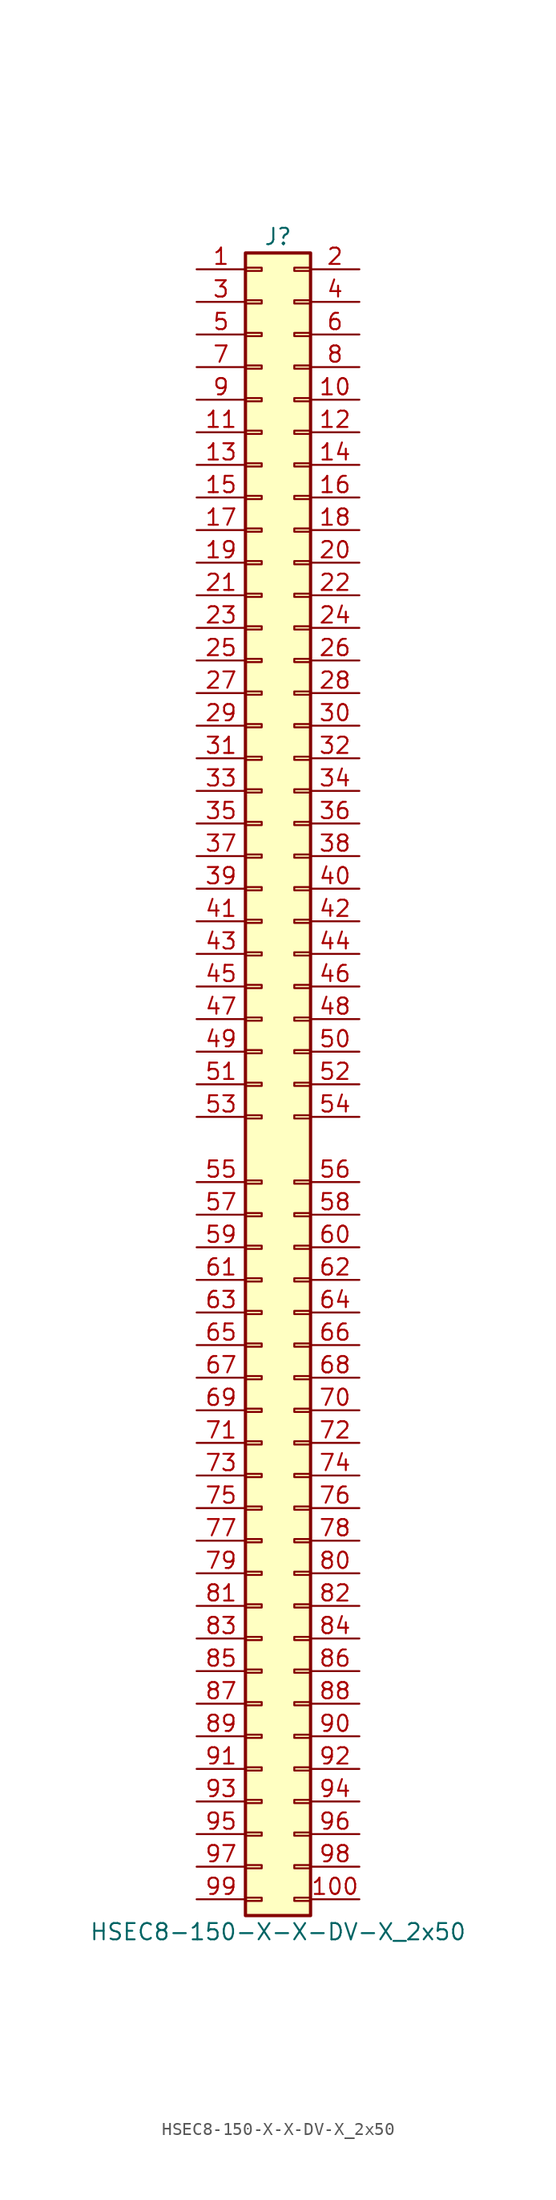
<source format=kicad_sym>
(kicad_symbol_lib
  (version 20231120)
  (generator "kicad_symbol_editor")
  (generator_version "8.0")
  (symbol "HSEC8-150-X-X-DV-X_2x50"
    (pin_names
      (offset 1.016) hide)
    (property "Reference" "J"
      (at 1.27 66.04 0)
      (effects (font (size 1.27 1.27))))
    (property "Value" "HSEC8-150-X-X-DV-X_2x50"
      (at 1.27 -66.04 0)
      (effects (font (size 1.27 1.27))))
    (property "ki_locked" ""
      (at 0 0 0)
      (effects (font (size 1.27 1.27))))
    (symbol "HSEC8-150-X-X-DV-X_2x50_1_1"
      (rectangle (start -1.27 -63.373) (end 0 -63.627) (stroke (width 0.152) (type default)) (fill (type none)))
      (rectangle (start -1.27 -60.833) (end 0 -61.087) (stroke (width 0.152) (type default)) (fill (type none)))
      (rectangle (start -1.27 -58.293) (end 0 -58.547) (stroke (width 0.152) (type default)) (fill (type none)))
      (rectangle (start -1.27 -55.753) (end 0 -56.007) (stroke (width 0.152) (type default)) (fill (type none)))
      (rectangle (start -1.27 -53.213) (end 0 -53.467) (stroke (width 0.152) (type default)) (fill (type none)))
      (rectangle (start -1.27 -50.673) (end 0 -50.927) (stroke (width 0.152) (type default)) (fill (type none)))
      (rectangle (start -1.27 -48.133) (end 0 -48.387) (stroke (width 0.152) (type default)) (fill (type none)))
      (rectangle (start -1.27 -45.593) (end 0 -45.847) (stroke (width 0.152) (type default)) (fill (type none)))
      (rectangle (start -1.27 -43.053) (end 0 -43.307) (stroke (width 0.152) (type default)) (fill (type none)))
      (rectangle (start -1.27 -40.513) (end 0 -40.767) (stroke (width 0.152) (type default)) (fill (type none)))
      (rectangle (start -1.27 -37.973) (end 0 -38.227) (stroke (width 0.152) (type default)) (fill (type none)))
      (rectangle (start -1.27 -35.433) (end 0 -35.687) (stroke (width 0.152) (type default)) (fill (type none)))
      (rectangle (start -1.27 -32.893) (end 0 -33.147) (stroke (width 0.152) (type default)) (fill (type none)))
      (rectangle (start -1.27 -30.353) (end 0 -30.607) (stroke (width 0.152) (type default)) (fill (type none)))
      (rectangle (start -1.27 -27.813) (end 0 -28.067) (stroke (width 0.152) (type default)) (fill (type none)))
      (rectangle (start -1.27 -25.273) (end 0 -25.527) (stroke (width 0.152) (type default)) (fill (type none)))
      (rectangle (start -1.27 -22.733) (end 0 -22.987) (stroke (width 0.152) (type default)) (fill (type none)))
      (rectangle (start -1.27 -20.193) (end 0 -20.447) (stroke (width 0.152) (type default)) (fill (type none)))
      (rectangle (start -1.27 -17.653) (end 0 -17.907) (stroke (width 0.152) (type default)) (fill (type none)))
      (rectangle (start -1.27 -15.113) (end 0 -15.367) (stroke (width 0.152) (type default)) (fill (type none)))
      (rectangle (start -1.27 -12.573) (end 0 -12.827) (stroke (width 0.152) (type default)) (fill (type none)))
      (rectangle (start -1.27 -10.033) (end 0 -10.287) (stroke (width 0.152) (type default)) (fill (type none)))
      (rectangle (start -1.27 -7.493) (end 0 -7.747) (stroke (width 0.152) (type default)) (fill (type none)))
      (rectangle (start -1.27 -2.413) (end 0 -2.667) (stroke (width 0.152) (type default)) (fill (type none)))
      (rectangle (start -1.27 0.127) (end 0 -0.127) (stroke (width 0.152) (type default)) (fill (type none)))
      (rectangle (start -1.27 2.667) (end 0 2.413) (stroke (width 0.152) (type default)) (fill (type none)))
      (rectangle (start -1.27 5.207) (end 0 4.953) (stroke (width 0.152) (type default)) (fill (type none)))
      (rectangle (start -1.27 7.747) (end 0 7.493) (stroke (width 0.152) (type default)) (fill (type none)))
      (rectangle (start -1.27 10.287) (end 0 10.033) (stroke (width 0.152) (type default)) (fill (type none)))
      (rectangle (start -1.27 12.827) (end 0 12.573) (stroke (width 0.152) (type default)) (fill (type none)))
      (rectangle (start -1.27 15.367) (end 0 15.113) (stroke (width 0.152) (type default)) (fill (type none)))
      (rectangle (start -1.27 17.907) (end 0 17.653) (stroke (width 0.152) (type default)) (fill (type none)))
      (rectangle (start -1.27 20.447) (end 0 20.193) (stroke (width 0.152) (type default)) (fill (type none)))
      (rectangle (start -1.27 22.987) (end 0 22.733) (stroke (width 0.152) (type default)) (fill (type none)))
      (rectangle (start -1.27 25.527) (end 0 25.273) (stroke (width 0.152) (type default)) (fill (type none)))
      (rectangle (start -1.27 28.067) (end 0 27.813) (stroke (width 0.152) (type default)) (fill (type none)))
      (rectangle (start -1.27 30.607) (end 0 30.353) (stroke (width 0.152) (type default)) (fill (type none)))
      (rectangle (start -1.27 33.147) (end 0 32.893) (stroke (width 0.152) (type default)) (fill (type none)))
      (rectangle (start -1.27 35.687) (end 0 35.433) (stroke (width 0.152) (type default)) (fill (type none)))
      (rectangle (start -1.27 38.227) (end 0 37.973) (stroke (width 0.152) (type default)) (fill (type none)))
      (rectangle (start -1.27 40.767) (end 0 40.513) (stroke (width 0.152) (type default)) (fill (type none)))
      (rectangle (start -1.27 43.307) (end 0 43.053) (stroke (width 0.152) (type default)) (fill (type none)))
      (rectangle (start -1.27 45.847) (end 0 45.593) (stroke (width 0.152) (type default)) (fill (type none)))
      (rectangle (start -1.27 48.387) (end 0 48.133) (stroke (width 0.152) (type default)) (fill (type none)))
      (rectangle (start -1.27 50.927) (end 0 50.673) (stroke (width 0.152) (type default)) (fill (type none)))
      (rectangle (start -1.27 53.467) (end 0 53.213) (stroke (width 0.152) (type default)) (fill (type none)))
      (rectangle (start -1.27 56.007) (end 0 55.753) (stroke (width 0.152) (type default)) (fill (type none)))
      (rectangle (start -1.27 58.547) (end 0 58.293) (stroke (width 0.152) (type default)) (fill (type none)))
      (rectangle (start -1.27 61.087) (end 0 60.833) (stroke (width 0.152) (type default)) (fill (type none)))
      (rectangle (start -1.27 63.627) (end 0 63.373) (stroke (width 0.152) (type default)) (fill (type none)))
      (rectangle (start -1.27 64.77) (end 3.81 -64.77) (stroke (width 0.254) (type default)) (fill (type background)))
      (rectangle (start 3.81 -63.373) (end 2.54 -63.627) (stroke (width 0.152) (type default)) (fill (type none)))
      (rectangle (start 3.81 -60.833) (end 2.54 -61.087) (stroke (width 0.152) (type default)) (fill (type none)))
      (rectangle (start 3.81 -58.293) (end 2.54 -58.547) (stroke (width 0.152) (type default)) (fill (type none)))
      (rectangle (start 3.81 -55.753) (end 2.54 -56.007) (stroke (width 0.152) (type default)) (fill (type none)))
      (rectangle (start 3.81 -53.213) (end 2.54 -53.467) (stroke (width 0.152) (type default)) (fill (type none)))
      (rectangle (start 3.81 -50.673) (end 2.54 -50.927) (stroke (width 0.152) (type default)) (fill (type none)))
      (rectangle (start 3.81 -48.133) (end 2.54 -48.387) (stroke (width 0.152) (type default)) (fill (type none)))
      (rectangle (start 3.81 -45.593) (end 2.54 -45.847) (stroke (width 0.152) (type default)) (fill (type none)))
      (rectangle (start 3.81 -43.053) (end 2.54 -43.307) (stroke (width 0.152) (type default)) (fill (type none)))
      (rectangle (start 3.81 -40.513) (end 2.54 -40.767) (stroke (width 0.152) (type default)) (fill (type none)))
      (rectangle (start 3.81 -37.973) (end 2.54 -38.227) (stroke (width 0.152) (type default)) (fill (type none)))
      (rectangle (start 3.81 -35.433) (end 2.54 -35.687) (stroke (width 0.152) (type default)) (fill (type none)))
      (rectangle (start 3.81 -32.893) (end 2.54 -33.147) (stroke (width 0.152) (type default)) (fill (type none)))
      (rectangle (start 3.81 -30.353) (end 2.54 -30.607) (stroke (width 0.152) (type default)) (fill (type none)))
      (rectangle (start 3.81 -27.813) (end 2.54 -28.067) (stroke (width 0.152) (type default)) (fill (type none)))
      (rectangle (start 3.81 -25.273) (end 2.54 -25.527) (stroke (width 0.152) (type default)) (fill (type none)))
      (rectangle (start 3.81 -22.733) (end 2.54 -22.987) (stroke (width 0.152) (type default)) (fill (type none)))
      (rectangle (start 3.81 -20.193) (end 2.54 -20.447) (stroke (width 0.152) (type default)) (fill (type none)))
      (rectangle (start 3.81 -17.653) (end 2.54 -17.907) (stroke (width 0.152) (type default)) (fill (type none)))
      (rectangle (start 3.81 -15.113) (end 2.54 -15.367) (stroke (width 0.152) (type default)) (fill (type none)))
      (rectangle (start 3.81 -12.573) (end 2.54 -12.827) (stroke (width 0.152) (type default)) (fill (type none)))
      (rectangle (start 3.81 -10.033) (end 2.54 -10.287) (stroke (width 0.152) (type default)) (fill (type none)))
      (rectangle (start 3.81 -7.493) (end 2.54 -7.747) (stroke (width 0.152) (type default)) (fill (type none)))
      (rectangle (start 3.81 -2.413) (end 2.54 -2.667) (stroke (width 0.152) (type default)) (fill (type none)))
      (rectangle (start 3.81 0.127) (end 2.54 -0.127) (stroke (width 0.152) (type default)) (fill (type none)))
      (rectangle (start 3.81 2.667) (end 2.54 2.413) (stroke (width 0.152) (type default)) (fill (type none)))
      (rectangle (start 3.81 5.207) (end 2.54 4.953) (stroke (width 0.152) (type default)) (fill (type none)))
      (rectangle (start 3.81 7.747) (end 2.54 7.493) (stroke (width 0.152) (type default)) (fill (type none)))
      (rectangle (start 3.81 10.287) (end 2.54 10.033) (stroke (width 0.152) (type default)) (fill (type none)))
      (rectangle (start 3.81 12.827) (end 2.54 12.573) (stroke (width 0.152) (type default)) (fill (type none)))
      (rectangle (start 3.81 15.367) (end 2.54 15.113) (stroke (width 0.152) (type default)) (fill (type none)))
      (rectangle (start 3.81 17.907) (end 2.54 17.653) (stroke (width 0.152) (type default)) (fill (type none)))
      (rectangle (start 3.81 20.447) (end 2.54 20.193) (stroke (width 0.152) (type default)) (fill (type none)))
      (rectangle (start 3.81 22.987) (end 2.54 22.733) (stroke (width 0.152) (type default)) (fill (type none)))
      (rectangle (start 3.81 25.527) (end 2.54 25.273) (stroke (width 0.152) (type default)) (fill (type none)))
      (rectangle (start 3.81 28.067) (end 2.54 27.813) (stroke (width 0.152) (type default)) (fill (type none)))
      (rectangle (start 3.81 30.607) (end 2.54 30.353) (stroke (width 0.152) (type default)) (fill (type none)))
      (rectangle (start 3.81 33.147) (end 2.54 32.893) (stroke (width 0.152) (type default)) (fill (type none)))
      (rectangle (start 3.81 35.687) (end 2.54 35.433) (stroke (width 0.152) (type default)) (fill (type none)))
      (rectangle (start 3.81 38.227) (end 2.54 37.973) (stroke (width 0.152) (type default)) (fill (type none)))
      (rectangle (start 3.81 40.767) (end 2.54 40.513) (stroke (width 0.152) (type default)) (fill (type none)))
      (rectangle (start 3.81 43.307) (end 2.54 43.053) (stroke (width 0.152) (type default)) (fill (type none)))
      (rectangle (start 3.81 45.847) (end 2.54 45.593) (stroke (width 0.152) (type default)) (fill (type none)))
      (rectangle (start 3.81 48.387) (end 2.54 48.133) (stroke (width 0.152) (type default)) (fill (type none)))
      (rectangle (start 3.81 50.927) (end 2.54 50.673) (stroke (width 0.152) (type default)) (fill (type none)))
      (rectangle (start 3.81 53.467) (end 2.54 53.213) (stroke (width 0.152) (type default)) (fill (type none)))
      (rectangle (start 3.81 56.007) (end 2.54 55.753) (stroke (width 0.152) (type default)) (fill (type none)))
      (rectangle (start 3.81 58.547) (end 2.54 58.293) (stroke (width 0.152) (type default)) (fill (type none)))
      (rectangle (start 3.81 61.087) (end 2.54 60.833) (stroke (width 0.152) (type default)) (fill (type none)))
      (rectangle (start 3.81 63.627) (end 2.54 63.373) (stroke (width 0.152) (type default)) (fill (type none)))
      (pin passive line (at -5.08 63.5 0) (length 3.81) (name "Pin_1" (effects (font (size 1.27 1.27)))) (number "1" (effects (font (size 1.27 1.27)))))
      (pin passive line (at 7.62 53.34 180) (length 3.81) (name "Pin_10" (effects (font (size 1.27 1.27)))) (number "10" (effects (font (size 1.27 1.27)))))
      (pin passive line (at 7.62 -63.5 180) (length 3.81) (name "Pin_100" (effects (font (size 1.27 1.27)))) (number "100" (effects (font (size 1.27 1.27)))))
      (pin passive line (at -5.08 50.8 0) (length 3.81) (name "Pin_11" (effects (font (size 1.27 1.27)))) (number "11" (effects (font (size 1.27 1.27)))))
      (pin passive line (at 7.62 50.8 180) (length 3.81) (name "Pin_12" (effects (font (size 1.27 1.27)))) (number "12" (effects (font (size 1.27 1.27)))))
      (pin passive line (at -5.08 48.26 0) (length 3.81) (name "Pin_13" (effects (font (size 1.27 1.27)))) (number "13" (effects (font (size 1.27 1.27)))))
      (pin passive line (at 7.62 48.26 180) (length 3.81) (name "Pin_14" (effects (font (size 1.27 1.27)))) (number "14" (effects (font (size 1.27 1.27)))))
      (pin passive line (at -5.08 45.72 0) (length 3.81) (name "Pin_15" (effects (font (size 1.27 1.27)))) (number "15" (effects (font (size 1.27 1.27)))))
      (pin passive line (at 7.62 45.72 180) (length 3.81) (name "Pin_16" (effects (font (size 1.27 1.27)))) (number "16" (effects (font (size 1.27 1.27)))))
      (pin passive line (at -5.08 43.18 0) (length 3.81) (name "Pin_17" (effects (font (size 1.27 1.27)))) (number "17" (effects (font (size 1.27 1.27)))))
      (pin passive line (at 7.62 43.18 180) (length 3.81) (name "Pin_18" (effects (font (size 1.27 1.27)))) (number "18" (effects (font (size 1.27 1.27)))))
      (pin passive line (at -5.08 40.64 0) (length 3.81) (name "Pin_19" (effects (font (size 1.27 1.27)))) (number "19" (effects (font (size 1.27 1.27)))))
      (pin passive line (at 7.62 63.5 180) (length 3.81) (name "Pin_2" (effects (font (size 1.27 1.27)))) (number "2" (effects (font (size 1.27 1.27)))))
      (pin passive line (at 7.62 40.64 180) (length 3.81) (name "Pin_20" (effects (font (size 1.27 1.27)))) (number "20" (effects (font (size 1.27 1.27)))))
      (pin passive line (at -5.08 38.1 0) (length 3.81) (name "Pin_21" (effects (font (size 1.27 1.27)))) (number "21" (effects (font (size 1.27 1.27)))))
      (pin passive line (at 7.62 38.1 180) (length 3.81) (name "Pin_22" (effects (font (size 1.27 1.27)))) (number "22" (effects (font (size 1.27 1.27)))))
      (pin passive line (at -5.08 35.56 0) (length 3.81) (name "Pin_23" (effects (font (size 1.27 1.27)))) (number "23" (effects (font (size 1.27 1.27)))))
      (pin passive line (at 7.62 35.56 180) (length 3.81) (name "Pin_24" (effects (font (size 1.27 1.27)))) (number "24" (effects (font (size 1.27 1.27)))))
      (pin passive line (at -5.08 33.02 0) (length 3.81) (name "Pin_25" (effects (font (size 1.27 1.27)))) (number "25" (effects (font (size 1.27 1.27)))))
      (pin passive line (at 7.62 33.02 180) (length 3.81) (name "Pin_26" (effects (font (size 1.27 1.27)))) (number "26" (effects (font (size 1.27 1.27)))))
      (pin passive line (at -5.08 30.48 0) (length 3.81) (name "Pin_27" (effects (font (size 1.27 1.27)))) (number "27" (effects (font (size 1.27 1.27)))))
      (pin passive line (at 7.62 30.48 180) (length 3.81) (name "Pin_28" (effects (font (size 1.27 1.27)))) (number "28" (effects (font (size 1.27 1.27)))))
      (pin passive line (at -5.08 27.94 0) (length 3.81) (name "Pin_29" (effects (font (size 1.27 1.27)))) (number "29" (effects (font (size 1.27 1.27)))))
      (pin passive line (at -5.08 60.96 0) (length 3.81) (name "Pin_3" (effects (font (size 1.27 1.27)))) (number "3" (effects (font (size 1.27 1.27)))))
      (pin passive line (at 7.62 27.94 180) (length 3.81) (name "Pin_30" (effects (font (size 1.27 1.27)))) (number "30" (effects (font (size 1.27 1.27)))))
      (pin passive line (at -5.08 25.4 0) (length 3.81) (name "Pin_31" (effects (font (size 1.27 1.27)))) (number "31" (effects (font (size 1.27 1.27)))))
      (pin passive line (at 7.62 25.4 180) (length 3.81) (name "Pin_32" (effects (font (size 1.27 1.27)))) (number "32" (effects (font (size 1.27 1.27)))))
      (pin passive line (at -5.08 22.86 0) (length 3.81) (name "Pin_33" (effects (font (size 1.27 1.27)))) (number "33" (effects (font (size 1.27 1.27)))))
      (pin passive line (at 7.62 22.86 180) (length 3.81) (name "Pin_34" (effects (font (size 1.27 1.27)))) (number "34" (effects (font (size 1.27 1.27)))))
      (pin passive line (at -5.08 20.32 0) (length 3.81) (name "Pin_35" (effects (font (size 1.27 1.27)))) (number "35" (effects (font (size 1.27 1.27)))))
      (pin passive line (at 7.62 20.32 180) (length 3.81) (name "Pin_36" (effects (font (size 1.27 1.27)))) (number "36" (effects (font (size 1.27 1.27)))))
      (pin passive line (at -5.08 17.78 0) (length 3.81) (name "Pin_37" (effects (font (size 1.27 1.27)))) (number "37" (effects (font (size 1.27 1.27)))))
      (pin passive line (at 7.62 17.78 180) (length 3.81) (name "Pin_38" (effects (font (size 1.27 1.27)))) (number "38" (effects (font (size 1.27 1.27)))))
      (pin passive line (at -5.08 15.24 0) (length 3.81) (name "Pin_39" (effects (font (size 1.27 1.27)))) (number "39" (effects (font (size 1.27 1.27)))))
      (pin passive line (at 7.62 60.96 180) (length 3.81) (name "Pin_4" (effects (font (size 1.27 1.27)))) (number "4" (effects (font (size 1.27 1.27)))))
      (pin passive line (at 7.62 15.24 180) (length 3.81) (name "Pin_40" (effects (font (size 1.27 1.27)))) (number "40" (effects (font (size 1.27 1.27)))))
      (pin passive line (at -5.08 12.7 0) (length 3.81) (name "Pin_41" (effects (font (size 1.27 1.27)))) (number "41" (effects (font (size 1.27 1.27)))))
      (pin passive line (at 7.62 12.7 180) (length 3.81) (name "Pin_42" (effects (font (size 1.27 1.27)))) (number "42" (effects (font (size 1.27 1.27)))))
      (pin passive line (at -5.08 10.16 0) (length 3.81) (name "Pin_43" (effects (font (size 1.27 1.27)))) (number "43" (effects (font (size 1.27 1.27)))))
      (pin passive line (at 7.62 10.16 180) (length 3.81) (name "Pin_44" (effects (font (size 1.27 1.27)))) (number "44" (effects (font (size 1.27 1.27)))))
      (pin passive line (at -5.08 7.62 0) (length 3.81) (name "Pin_45" (effects (font (size 1.27 1.27)))) (number "45" (effects (font (size 1.27 1.27)))))
      (pin passive line (at 7.62 7.62 180) (length 3.81) (name "Pin_46" (effects (font (size 1.27 1.27)))) (number "46" (effects (font (size 1.27 1.27)))))
      (pin passive line (at -5.08 5.08 0) (length 3.81) (name "Pin_47" (effects (font (size 1.27 1.27)))) (number "47" (effects (font (size 1.27 1.27)))))
      (pin passive line (at 7.62 5.08 180) (length 3.81) (name "Pin_48" (effects (font (size 1.27 1.27)))) (number "48" (effects (font (size 1.27 1.27)))))
      (pin passive line (at -5.08 2.54 0) (length 3.81) (name "Pin_49" (effects (font (size 1.27 1.27)))) (number "49" (effects (font (size 1.27 1.27)))))
      (pin passive line (at -5.08 58.42 0) (length 3.81) (name "Pin_5" (effects (font (size 1.27 1.27)))) (number "5" (effects (font (size 1.27 1.27)))))
      (pin passive line (at 7.62 2.54 180) (length 3.81) (name "Pin_50" (effects (font (size 1.27 1.27)))) (number "50" (effects (font (size 1.27 1.27)))))
      (pin passive line (at -5.08 0 0) (length 3.81) (name "Pin_51" (effects (font (size 1.27 1.27)))) (number "51" (effects (font (size 1.27 1.27)))))
      (pin passive line (at 7.62 0 180) (length 3.81) (name "Pin_52" (effects (font (size 1.27 1.27)))) (number "52" (effects (font (size 1.27 1.27)))))
      (pin passive line (at -5.08 -2.54 0) (length 3.81) (name "Pin_53" (effects (font (size 1.27 1.27)))) (number "53" (effects (font (size 1.27 1.27)))))
      (pin passive line (at 7.62 -2.54 180) (length 3.81) (name "Pin_54" (effects (font (size 1.27 1.27)))) (number "54" (effects (font (size 1.27 1.27)))))
      (pin passive line (at -5.08 -7.62 0) (length 3.81) (name "Pin_55" (effects (font (size 1.27 1.27)))) (number "55" (effects (font (size 1.27 1.27)))))
      (pin passive line (at 7.62 -7.62 180) (length 3.81) (name "Pin_56" (effects (font (size 1.27 1.27)))) (number "56" (effects (font (size 1.27 1.27)))))
      (pin passive line (at -5.08 -10.16 0) (length 3.81) (name "Pin_57" (effects (font (size 1.27 1.27)))) (number "57" (effects (font (size 1.27 1.27)))))
      (pin passive line (at 7.62 -10.16 180) (length 3.81) (name "Pin_58" (effects (font (size 1.27 1.27)))) (number "58" (effects (font (size 1.27 1.27)))))
      (pin passive line (at -5.08 -12.7 0) (length 3.81) (name "Pin_59" (effects (font (size 1.27 1.27)))) (number "59" (effects (font (size 1.27 1.27)))))
      (pin passive line (at 7.62 58.42 180) (length 3.81) (name "Pin_6" (effects (font (size 1.27 1.27)))) (number "6" (effects (font (size 1.27 1.27)))))
      (pin passive line (at 7.62 -12.7 180) (length 3.81) (name "Pin_60" (effects (font (size 1.27 1.27)))) (number "60" (effects (font (size 1.27 1.27)))))
      (pin passive line (at -5.08 -15.24 0) (length 3.81) (name "Pin_61" (effects (font (size 1.27 1.27)))) (number "61" (effects (font (size 1.27 1.27)))))
      (pin passive line (at 7.62 -15.24 180) (length 3.81) (name "Pin_62" (effects (font (size 1.27 1.27)))) (number "62" (effects (font (size 1.27 1.27)))))
      (pin passive line (at -5.08 -17.78 0) (length 3.81) (name "Pin_63" (effects (font (size 1.27 1.27)))) (number "63" (effects (font (size 1.27 1.27)))))
      (pin passive line (at 7.62 -17.78 180) (length 3.81) (name "Pin_64" (effects (font (size 1.27 1.27)))) (number "64" (effects (font (size 1.27 1.27)))))
      (pin passive line (at -5.08 -20.32 0) (length 3.81) (name "Pin_65" (effects (font (size 1.27 1.27)))) (number "65" (effects (font (size 1.27 1.27)))))
      (pin passive line (at 7.62 -20.32 180) (length 3.81) (name "Pin_66" (effects (font (size 1.27 1.27)))) (number "66" (effects (font (size 1.27 1.27)))))
      (pin passive line (at -5.08 -22.86 0) (length 3.81) (name "Pin_67" (effects (font (size 1.27 1.27)))) (number "67" (effects (font (size 1.27 1.27)))))
      (pin passive line (at 7.62 -22.86 180) (length 3.81) (name "Pin_68" (effects (font (size 1.27 1.27)))) (number "68" (effects (font (size 1.27 1.27)))))
      (pin passive line (at -5.08 -25.4 0) (length 3.81) (name "Pin_69" (effects (font (size 1.27 1.27)))) (number "69" (effects (font (size 1.27 1.27)))))
      (pin passive line (at -5.08 55.88 0) (length 3.81) (name "Pin_7" (effects (font (size 1.27 1.27)))) (number "7" (effects (font (size 1.27 1.27)))))
      (pin passive line (at 7.62 -25.4 180) (length 3.81) (name "Pin_70" (effects (font (size 1.27 1.27)))) (number "70" (effects (font (size 1.27 1.27)))))
      (pin passive line (at -5.08 -27.94 0) (length 3.81) (name "Pin_71" (effects (font (size 1.27 1.27)))) (number "71" (effects (font (size 1.27 1.27)))))
      (pin passive line (at 7.62 -27.94 180) (length 3.81) (name "Pin_72" (effects (font (size 1.27 1.27)))) (number "72" (effects (font (size 1.27 1.27)))))
      (pin passive line (at -5.08 -30.48 0) (length 3.81) (name "Pin_73" (effects (font (size 1.27 1.27)))) (number "73" (effects (font (size 1.27 1.27)))))
      (pin passive line (at 7.62 -30.48 180) (length 3.81) (name "Pin_74" (effects (font (size 1.27 1.27)))) (number "74" (effects (font (size 1.27 1.27)))))
      (pin passive line (at -5.08 -33.02 0) (length 3.81) (name "Pin_75" (effects (font (size 1.27 1.27)))) (number "75" (effects (font (size 1.27 1.27)))))
      (pin passive line (at 7.62 -33.02 180) (length 3.81) (name "Pin_76" (effects (font (size 1.27 1.27)))) (number "76" (effects (font (size 1.27 1.27)))))
      (pin passive line (at -5.08 -35.56 0) (length 3.81) (name "Pin_77" (effects (font (size 1.27 1.27)))) (number "77" (effects (font (size 1.27 1.27)))))
      (pin passive line (at 7.62 -35.56 180) (length 3.81) (name "Pin_78" (effects (font (size 1.27 1.27)))) (number "78" (effects (font (size 1.27 1.27)))))
      (pin passive line (at -5.08 -38.1 0) (length 3.81) (name "Pin_79" (effects (font (size 1.27 1.27)))) (number "79" (effects (font (size 1.27 1.27)))))
      (pin passive line (at 7.62 55.88 180) (length 3.81) (name "Pin_8" (effects (font (size 1.27 1.27)))) (number "8" (effects (font (size 1.27 1.27)))))
      (pin passive line (at 7.62 -38.1 180) (length 3.81) (name "Pin_80" (effects (font (size 1.27 1.27)))) (number "80" (effects (font (size 1.27 1.27)))))
      (pin passive line (at -5.08 -40.64 0) (length 3.81) (name "Pin_81" (effects (font (size 1.27 1.27)))) (number "81" (effects (font (size 1.27 1.27)))))
      (pin passive line (at 7.62 -40.64 180) (length 3.81) (name "Pin_82" (effects (font (size 1.27 1.27)))) (number "82" (effects (font (size 1.27 1.27)))))
      (pin passive line (at -5.08 -43.18 0) (length 3.81) (name "Pin_83" (effects (font (size 1.27 1.27)))) (number "83" (effects (font (size 1.27 1.27)))))
      (pin passive line (at 7.62 -43.18 180) (length 3.81) (name "Pin_84" (effects (font (size 1.27 1.27)))) (number "84" (effects (font (size 1.27 1.27)))))
      (pin passive line (at -5.08 -45.72 0) (length 3.81) (name "Pin_85" (effects (font (size 1.27 1.27)))) (number "85" (effects (font (size 1.27 1.27)))))
      (pin passive line (at 7.62 -45.72 180) (length 3.81) (name "Pin_86" (effects (font (size 1.27 1.27)))) (number "86" (effects (font (size 1.27 1.27)))))
      (pin passive line (at -5.08 -48.26 0) (length 3.81) (name "Pin_87" (effects (font (size 1.27 1.27)))) (number "87" (effects (font (size 1.27 1.27)))))
      (pin passive line (at 7.62 -48.26 180) (length 3.81) (name "Pin_88" (effects (font (size 1.27 1.27)))) (number "88" (effects (font (size 1.27 1.27)))))
      (pin passive line (at -5.08 -50.8 0) (length 3.81) (name "Pin_89" (effects (font (size 1.27 1.27)))) (number "89" (effects (font (size 1.27 1.27)))))
      (pin passive line (at -5.08 53.34 0) (length 3.81) (name "Pin_9" (effects (font (size 1.27 1.27)))) (number "9" (effects (font (size 1.27 1.27)))))
      (pin passive line (at 7.62 -50.8 180) (length 3.81) (name "Pin_90" (effects (font (size 1.27 1.27)))) (number "90" (effects (font (size 1.27 1.27)))))
      (pin passive line (at -5.08 -53.34 0) (length 3.81) (name "Pin_91" (effects (font (size 1.27 1.27)))) (number "91" (effects (font (size 1.27 1.27)))))
      (pin passive line (at 7.62 -53.34 180) (length 3.81) (name "Pin_92" (effects (font (size 1.27 1.27)))) (number "92" (effects (font (size 1.27 1.27)))))
      (pin passive line (at -5.08 -55.88 0) (length 3.81) (name "Pin_93" (effects (font (size 1.27 1.27)))) (number "93" (effects (font (size 1.27 1.27)))))
      (pin passive line (at 7.62 -55.88 180) (length 3.81) (name "Pin_94" (effects (font (size 1.27 1.27)))) (number "94" (effects (font (size 1.27 1.27)))))
      (pin passive line (at -5.08 -58.42 0) (length 3.81) (name "Pin_95" (effects (font (size 1.27 1.27)))) (number "95" (effects (font (size 1.27 1.27)))))
      (pin passive line (at 7.62 -58.42 180) (length 3.81) (name "Pin_96" (effects (font (size 1.27 1.27)))) (number "96" (effects (font (size 1.27 1.27)))))
      (pin passive line (at -5.08 -60.96 0) (length 3.81) (name "Pin_97" (effects (font (size 1.27 1.27)))) (number "97" (effects (font (size 1.27 1.27)))))
      (pin passive line (at 7.62 -60.96 180) (length 3.81) (name "Pin_98" (effects (font (size 1.27 1.27)))) (number "98" (effects (font (size 1.27 1.27)))))
      (pin passive line (at -5.08 -63.5 0) (length 3.81) (name "Pin_99" (effects (font (size 1.27 1.27)))) (number "99" (effects (font (size 1.27 1.27))))))))
</source>
